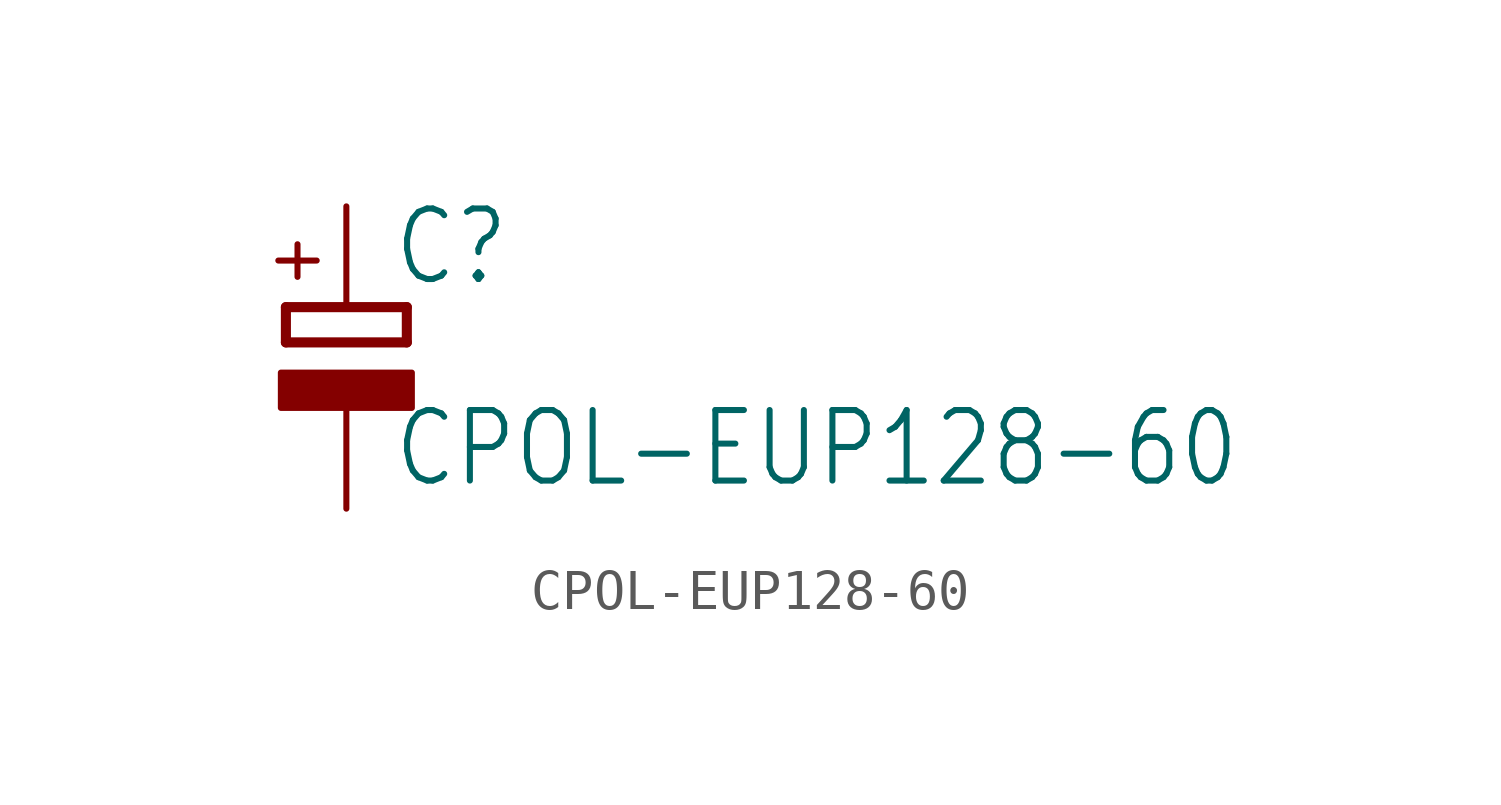
<source format=kicad_sym>
(kicad_symbol_lib
  (version 20210619)
  (generator kicad_symbol_editor)
  (symbol "CPOL-EUP128-60"
    (property "Reference" "C"
      (at 1.143 0.483 0)
      (effects (font (size 1.778 1.511)) (justify left bottom)))
    (property "Value" "CPOL-EUP128-60"
      (at 1.143 -4.597 0)
      (effects (font (size 1.778 1.511)) (justify left bottom)))
    (property "ki_locked" ""
      (at 0 0 0)
      (effects (font (size 1.27 1.27))))
    (symbol "CPOL-EUP128-60_1_0"
      (text "+" (at -0.584 0.406 900) (effects (font (size 1.27 1.079)) (justify left bottom)))
      (rectangle (start -1.651 -2.54) (end 1.651 -1.651) (stroke (width 0)) (fill (type outline)))
      (polyline (pts (xy -1.524 -0.889) (xy 1.524 -0.889)) (stroke (width 0.254)) (fill (type none)))
      (polyline (pts (xy -1.524 0) (xy -1.524 -0.889)) (stroke (width 0.254)) (fill (type none)))
      (polyline (pts (xy -1.524 0) (xy 1.524 0)) (stroke (width 0.254)) (fill (type none)))
      (polyline (pts (xy 1.524 -0.889) (xy 1.524 0)) (stroke (width 0.254)) (fill (type none)))
      (pin passive line (at 0 2.54 270) (length 2.54) (name "+" (effects (font (size 0 0)))) (number "+" (effects (font (size 0 0)))))
      (pin passive line (at 0 -5.08 90) (length 2.54) (name "-" (effects (font (size 0 0)))) (number "-" (effects (font (size 0 0))))))))
</source>
